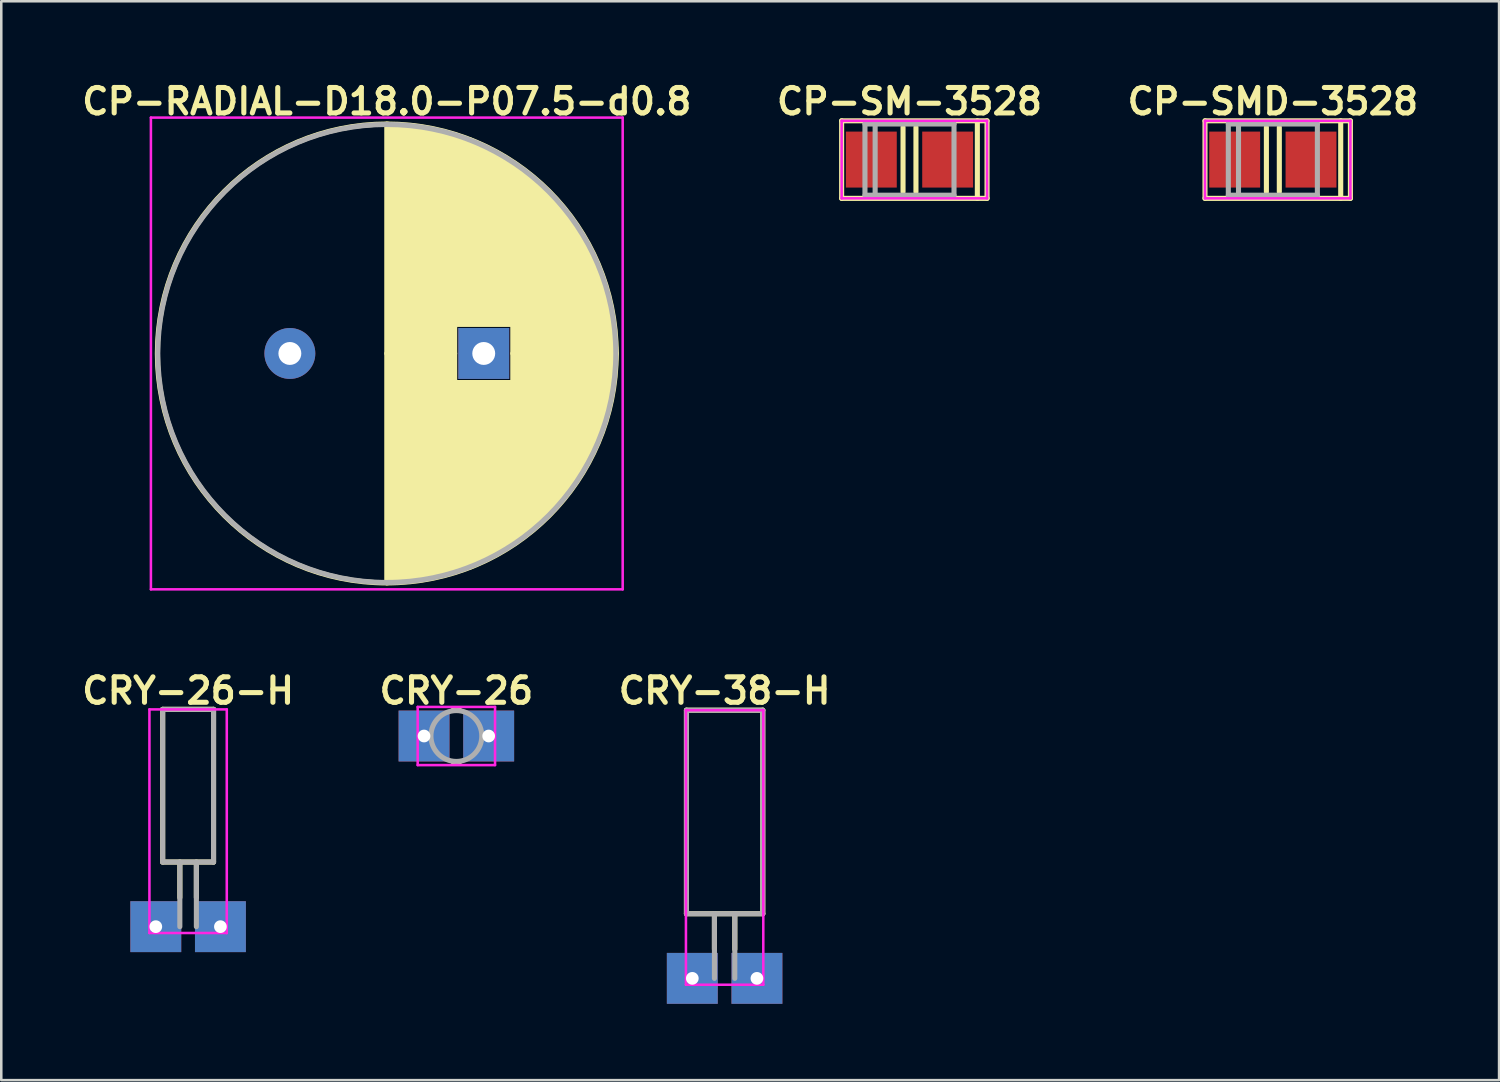
<source format=kicad_pcb>
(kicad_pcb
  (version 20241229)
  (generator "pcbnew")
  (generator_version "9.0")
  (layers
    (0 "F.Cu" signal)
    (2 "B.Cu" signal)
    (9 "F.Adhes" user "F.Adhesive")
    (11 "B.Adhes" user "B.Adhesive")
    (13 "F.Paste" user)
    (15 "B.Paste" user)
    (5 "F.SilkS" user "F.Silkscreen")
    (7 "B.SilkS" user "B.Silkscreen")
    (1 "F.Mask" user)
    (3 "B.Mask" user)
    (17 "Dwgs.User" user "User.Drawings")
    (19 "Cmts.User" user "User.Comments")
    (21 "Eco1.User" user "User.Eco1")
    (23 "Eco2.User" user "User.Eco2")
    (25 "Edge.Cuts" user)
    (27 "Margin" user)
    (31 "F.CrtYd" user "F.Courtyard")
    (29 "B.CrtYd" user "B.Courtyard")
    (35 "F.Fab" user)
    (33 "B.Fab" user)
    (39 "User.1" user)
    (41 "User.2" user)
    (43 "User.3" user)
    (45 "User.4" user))
  (footprint "CRY-38-H"
    (layer "F.Cu")
    (at 25.429 35.402)
    (property "Reference" "CRY-38-H" (at 0 -11.303 0) (layer "F.SilkS") (effects (font (size 1 1) (thickness 0.2))))
    (attr through_hole)
    (fp_line (start -1.5 -10.54) (end -1.5 -2.54) (stroke (width 0.2) (type solid)) (layer "F.SilkS"))
    (fp_line (start -1.5 -10.54) (end 1.5 -10.54) (stroke (width 0.2) (type solid)) (layer "F.SilkS"))
    (fp_line (start -1.5 -2.54) (end 1.5 -2.54) (stroke (width 0.2) (type solid)) (layer "F.SilkS"))
    (fp_line (start -0.4 -2.54) (end -0.4 -1.143) (stroke (width 0.2) (type solid)) (layer "F.SilkS"))
    (fp_line (start 0.4 -2.54) (end 0.4 -1.143) (stroke (width 0.2) (type solid)) (layer "F.SilkS"))
    (fp_line (start 1.5 -10.54) (end 1.5 -2.54) (stroke (width 0.2) (type solid)) (layer "F.SilkS"))
    (fp_line (start -1.52 -10.54) (end -1.52 0.25) (stroke (width 0.1) (type solid)) (layer "F.CrtYd"))
    (fp_line (start -1.52 -10.54) (end 1.52 -10.54) (stroke (width 0.1) (type solid)) (layer "F.CrtYd"))
    (fp_line (start -1.52 0.25) (end 1.52 0.25) (stroke (width 0.1) (type solid)) (layer "F.CrtYd"))
    (fp_line (start 1.52 -10.54) (end 1.52 0.25) (stroke (width 0.1) (type solid)) (layer "F.CrtYd"))
    (fp_line (start -1.5 -10.54) (end -1.5 -2.54) (stroke (width 0.2) (type solid)) (layer "F.Fab"))
    (fp_line (start -1.5 -10.54) (end 1.5 -10.54) (stroke (width 0.2) (type solid)) (layer "F.Fab"))
    (fp_line (start -1.5 -2.54) (end 1.5 -2.54) (stroke (width 0.2) (type solid)) (layer "F.Fab"))
    (fp_line (start -0.4 -2.54) (end -0.4 0) (stroke (width 0.2) (type solid)) (layer "F.Fab"))
    (fp_line (start 0.4 -2.54) (end 0.4 0) (stroke (width 0.2) (type solid)) (layer "F.Fab"))
    (fp_line (start 1.5 -10.54) (end 1.5 -2.54) (stroke (width 0.2) (type solid)) (layer "F.Fab"))
    (pad "1" thru_hole rect (at -1.27 0) (size 2 2) (drill 0.5) (layers "*.Cu" "*.Mask"))
    (pad "2" thru_hole rect (at 1.27 0) (size 2 2) (drill 0.5) (layers "*.Cu" "*.Mask")))
  (footprint "CP-SMD-3528"
    (layer "F.Cu")
    (at 46.976 3.222)
    (property "Reference" "CP-SMD-3528" (at 0 -2.286 0) (layer "F.SilkS") (effects (font (size 1 1) (thickness 0.2))))
    (attr through_hole)
    (fp_line (start -2.667 -1.524) (end -2.667 1.524) (stroke (width 0.2) (type solid)) (layer "F.SilkS"))
    (fp_line (start -2.667 -1.524) (end 3.048 -1.524) (stroke (width 0.2) (type solid)) (layer "F.SilkS"))
    (fp_line (start -2.667 1.524) (end 3.048 1.524) (stroke (width 0.2) (type solid)) (layer "F.SilkS"))
    (fp_line (start -0.254 -1.27) (end -0.254 1.27) (stroke (width 0.2) (type solid)) (layer "F.SilkS"))
    (fp_line (start 0.254 -1.27) (end 0.254 1.27) (stroke (width 0.2) (type solid)) (layer "F.SilkS"))
    (fp_line (start 2.667 -1.524) (end 2.667 1.524) (stroke (width 0.2) (type solid)) (layer "F.SilkS"))
    (fp_line (start 3.048 -1.524) (end 3.048 1.524) (stroke (width 0.2) (type solid)) (layer "F.SilkS"))
    (fp_line (start -2.667 -1.524) (end -2.667 1.524) (stroke (width 0.1) (type solid)) (layer "F.CrtYd"))
    (fp_line (start -2.667 -1.524) (end 3.048 -1.524) (stroke (width 0.1) (type solid)) (layer "F.CrtYd"))
    (fp_line (start -2.667 1.524) (end 3.048 1.524) (stroke (width 0.1) (type solid)) (layer "F.CrtYd"))
    (fp_line (start 3.048 -1.524) (end 3.048 1.524) (stroke (width 0.1) (type solid)) (layer "F.CrtYd"))
    (fp_line (start -1.75 -1.4) (end -1.75 1.4) (stroke (width 0.2) (type solid)) (layer "F.Fab"))
    (fp_line (start -1.75 -1.4) (end 1.75 -1.4) (stroke (width 0.2) (type solid)) (layer "F.Fab"))
    (fp_line (start -1.75 1.4) (end 1.75 1.4) (stroke (width 0.2) (type solid)) (layer "F.Fab"))
    (fp_line (start -1.35 -1.4) (end -1.35 1.4) (stroke (width 0.2) (type solid)) (layer "F.Fab"))
    (fp_line (start 1.75 -1.4) (end 1.75 1.4) (stroke (width 0.2) (type solid)) (layer "F.Fab"))
    (pad "+" smd rect (at -1.5 0) (size 2 2.2) (layers "F.Cu" "F.Mask"))
    (pad "-" smd rect (at 1.5 0) (size 2 2.2) (layers "F.Cu" "F.Mask")))
  (footprint "CP-RADIAL-D18.0-P07.5-d0.8"
    (layer "F.Cu")
    (at 12.152 10.842)
    (property "Reference" "CP-RADIAL-D18.0-P07.5-d0.8" (at 0 -9.906 0) (layer "F.SilkS") (effects (font (size 1 1) (thickness 0.2))))
    (attr through_hole)
    (fp_circle (center 0 0) (end 9.017 0) (stroke (width 0.2) (type solid)) (fill no) (layer "F.SilkS"))
    (fp_poly (pts (xy 0 -9.017) (xy 3.302 -8.382) (xy 5.969 -6.731) (xy 7.874 -4.318) (xy 8.89 -1.27) (xy 9.017 0) (xy 4.953 0) (xy 4.953 -1.143) (xy 2.667 -1.143) (xy 2.667 0) (xy 0 0)) (stroke (width 0.2) (type solid)) (fill yes) (layer "F.SilkS"))
    (fp_poly (pts (xy 0 9.017) (xy 3.302 8.382) (xy 5.969 6.731) (xy 7.874 4.318) (xy 8.89 1.27) (xy 9.017 0) (xy 4.953 0) (xy 4.953 1.143) (xy 2.667 1.143) (xy 2.667 0) (xy 0 0)) (stroke (width 0.2) (type solid)) (fill yes) (layer "F.SilkS"))
    (fp_line (start -9.271 -9.271) (end -9.271 9.271) (stroke (width 0.1) (type solid)) (layer "F.CrtYd"))
    (fp_line (start -9.271 -9.271) (end 9.271 -9.271) (stroke (width 0.1) (type solid)) (layer "F.CrtYd"))
    (fp_line (start -9.271 9.271) (end 9.271 9.271) (stroke (width 0.1) (type solid)) (layer "F.CrtYd"))
    (fp_line (start 9.271 -9.271) (end 9.271 9.271) (stroke (width 0.1) (type solid)) (layer "F.CrtYd"))
    (fp_circle (center 0 0) (end 9 0) (stroke (width 0.2) (type solid)) (fill no) (layer "F.Fab"))
    (pad "+" thru_hole circle (at -3.81 0) (size 2 2) (drill 0.9) (layers "B.Cu" "B.Mask"))
    (pad "-" thru_hole rect (at 3.81 0) (size 2 2) (drill 0.9) (layers "B.Cu" "B.Mask")))
  (footprint "CRY-26-H"
    (layer "F.Cu")
    (at 4.343 33.37)
    (property "Reference" "CRY-26-H" (at 0 -9.271 0) (layer "F.SilkS") (effects (font (size 1 1) (thickness 0.2))))
    (attr through_hole)
    (fp_line (start -1 -8.54) (end -1 -2.54) (stroke (width 0.2) (type solid)) (layer "F.SilkS"))
    (fp_line (start -1 -8.54) (end 1 -8.54) (stroke (width 0.2) (type solid)) (layer "F.SilkS"))
    (fp_line (start -1 -2.54) (end 1 -2.54) (stroke (width 0.2) (type solid)) (layer "F.SilkS"))
    (fp_line (start -0.325 -2.54) (end -0.325 -1.143) (stroke (width 0.2) (type solid)) (layer "F.SilkS"))
    (fp_line (start 0.325 -2.54) (end 0.325 -1.143) (stroke (width 0.2) (type solid)) (layer "F.SilkS"))
    (fp_line (start 1 -8.54) (end 1 -2.54) (stroke (width 0.2) (type solid)) (layer "F.SilkS"))
    (fp_line (start -1.52 -8.54) (end -1.52 0.25) (stroke (width 0.1) (type solid)) (layer "F.CrtYd"))
    (fp_line (start -1.52 -8.54) (end 1.52 -8.54) (stroke (width 0.1) (type solid)) (layer "F.CrtYd"))
    (fp_line (start -1.52 0.25) (end 1.52 0.25) (stroke (width 0.1) (type solid)) (layer "F.CrtYd"))
    (fp_line (start 1.52 -8.54) (end 1.52 0.25) (stroke (width 0.1) (type solid)) (layer "F.CrtYd"))
    (fp_line (start -1 -8.54) (end -1 -2.54) (stroke (width 0.2) (type solid)) (layer "F.Fab"))
    (fp_line (start -1 -8.54) (end 1 -8.54) (stroke (width 0.2) (type solid)) (layer "F.Fab"))
    (fp_line (start -1 -2.54) (end 1 -2.54) (stroke (width 0.2) (type solid)) (layer "F.Fab"))
    (fp_line (start -0.325 -2.54) (end -0.325 0) (stroke (width 0.2) (type solid)) (layer "F.Fab"))
    (fp_line (start 0.325 -2.54) (end 0.325 0) (stroke (width 0.2) (type solid)) (layer "F.Fab"))
    (fp_line (start 1 -8.54) (end 1 -2.54) (stroke (width 0.2) (type solid)) (layer "F.Fab"))
    (pad "1" thru_hole rect (at -1.27 0) (size 2 2) (drill 0.5) (layers "*.Cu" "*.Mask"))
    (pad "2" thru_hole rect (at 1.27 0) (size 2 2) (drill 0.5) (layers "*.Cu" "*.Mask")))
  (footprint "CP-SM-3528"
    (layer "F.Cu")
    (at 32.695 3.222)
    (property "Reference" "CP-SM-3528" (at 0 -2.286 0) (layer "F.SilkS") (effects (font (size 1 1) (thickness 0.2))))
    (attr through_hole)
    (fp_line (start -2.667 -1.524) (end -2.667 1.524) (stroke (width 0.2) (type solid)) (layer "F.SilkS"))
    (fp_line (start -2.667 -1.524) (end 3.048 -1.524) (stroke (width 0.2) (type solid)) (layer "F.SilkS"))
    (fp_line (start -2.667 1.524) (end 3.048 1.524) (stroke (width 0.2) (type solid)) (layer "F.SilkS"))
    (fp_line (start -0.254 -1.27) (end -0.254 1.27) (stroke (width 0.2) (type solid)) (layer "F.SilkS"))
    (fp_line (start 0.254 -1.27) (end 0.254 1.27) (stroke (width 0.2) (type solid)) (layer "F.SilkS"))
    (fp_line (start 2.667 -1.524) (end 2.667 1.524) (stroke (width 0.2) (type solid)) (layer "F.SilkS"))
    (fp_line (start 3.048 -1.524) (end 3.048 1.524) (stroke (width 0.2) (type solid)) (layer "F.SilkS"))
    (fp_line (start -2.667 -1.524) (end -2.667 1.524) (stroke (width 0.1) (type solid)) (layer "F.CrtYd"))
    (fp_line (start -2.667 -1.524) (end 3.048 -1.524) (stroke (width 0.1) (type solid)) (layer "F.CrtYd"))
    (fp_line (start -2.667 1.524) (end 3.048 1.524) (stroke (width 0.1) (type solid)) (layer "F.CrtYd"))
    (fp_line (start 3.048 -1.524) (end 3.048 1.524) (stroke (width 0.1) (type solid)) (layer "F.CrtYd"))
    (fp_line (start -1.75 -1.4) (end -1.75 1.4) (stroke (width 0.2) (type solid)) (layer "F.Fab"))
    (fp_line (start -1.75 -1.4) (end 1.75 -1.4) (stroke (width 0.2) (type solid)) (layer "F.Fab"))
    (fp_line (start -1.75 1.4) (end 1.75 1.4) (stroke (width 0.2) (type solid)) (layer "F.Fab"))
    (fp_line (start -1.35 -1.4) (end -1.35 1.4) (stroke (width 0.2) (type solid)) (layer "F.Fab"))
    (fp_line (start 1.75 -1.4) (end 1.75 1.4) (stroke (width 0.2) (type solid)) (layer "F.Fab"))
    (pad "+" smd rect (at -1.5 0) (size 2 2.2) (layers "F.Cu" "F.Mask"))
    (pad "-" smd rect (at 1.5 0) (size 2 2.2) (layers "F.Cu" "F.Mask")))
  (footprint "CRY-26"
    (layer "F.Cu")
    (at 14.886 25.877)
    (property "Reference" "CRY-26" (at 0 -1.778 0) (layer "F.SilkS") (effects (font (size 1 1) (thickness 0.2))))
    (attr through_hole)
    (fp_arc (start -0.127 -1.016) (mid 0 -1.023907) (end 0.127 -1.016) (stroke (width 0.2) (type solid)) (layer "F.SilkS"))
    (fp_arc (start 0.127 1.016) (mid 0 1.023907) (end -0.127 1.016) (stroke (width 0.2) (type solid)) (layer "F.SilkS"))
    (fp_line (start -1.52 -1.143) (end -1.52 1.143) (stroke (width 0.1) (type solid)) (layer "F.CrtYd"))
    (fp_line (start -1.52 -1.143) (end 1.52 -1.143) (stroke (width 0.1) (type solid)) (layer "F.CrtYd"))
    (fp_line (start -1.52 1.143) (end 1.52 1.143) (stroke (width 0.1) (type solid)) (layer "F.CrtYd"))
    (fp_line (start 1.52 -1.143) (end 1.52 1.143) (stroke (width 0.1) (type solid)) (layer "F.CrtYd"))
    (fp_circle (center 0 0) (end 1 0) (stroke (width 0.2) (type solid)) (fill no) (layer "F.Fab"))
    (pad "1" thru_hole rect (at -1.27 0) (size 2 2) (drill 0.5) (layers "*.Cu" "*.Mask"))
    (pad "2" thru_hole rect (at 1.27 0) (size 2 2) (drill 0.5) (layers "*.Cu" "*.Mask")))
  (gr_rect
    (start -3 -3)
    (end 55.867 39.402)
    (stroke (width 0.1) (type default))
    (fill no)
    (layer "Edge.Cuts")))
</source>
